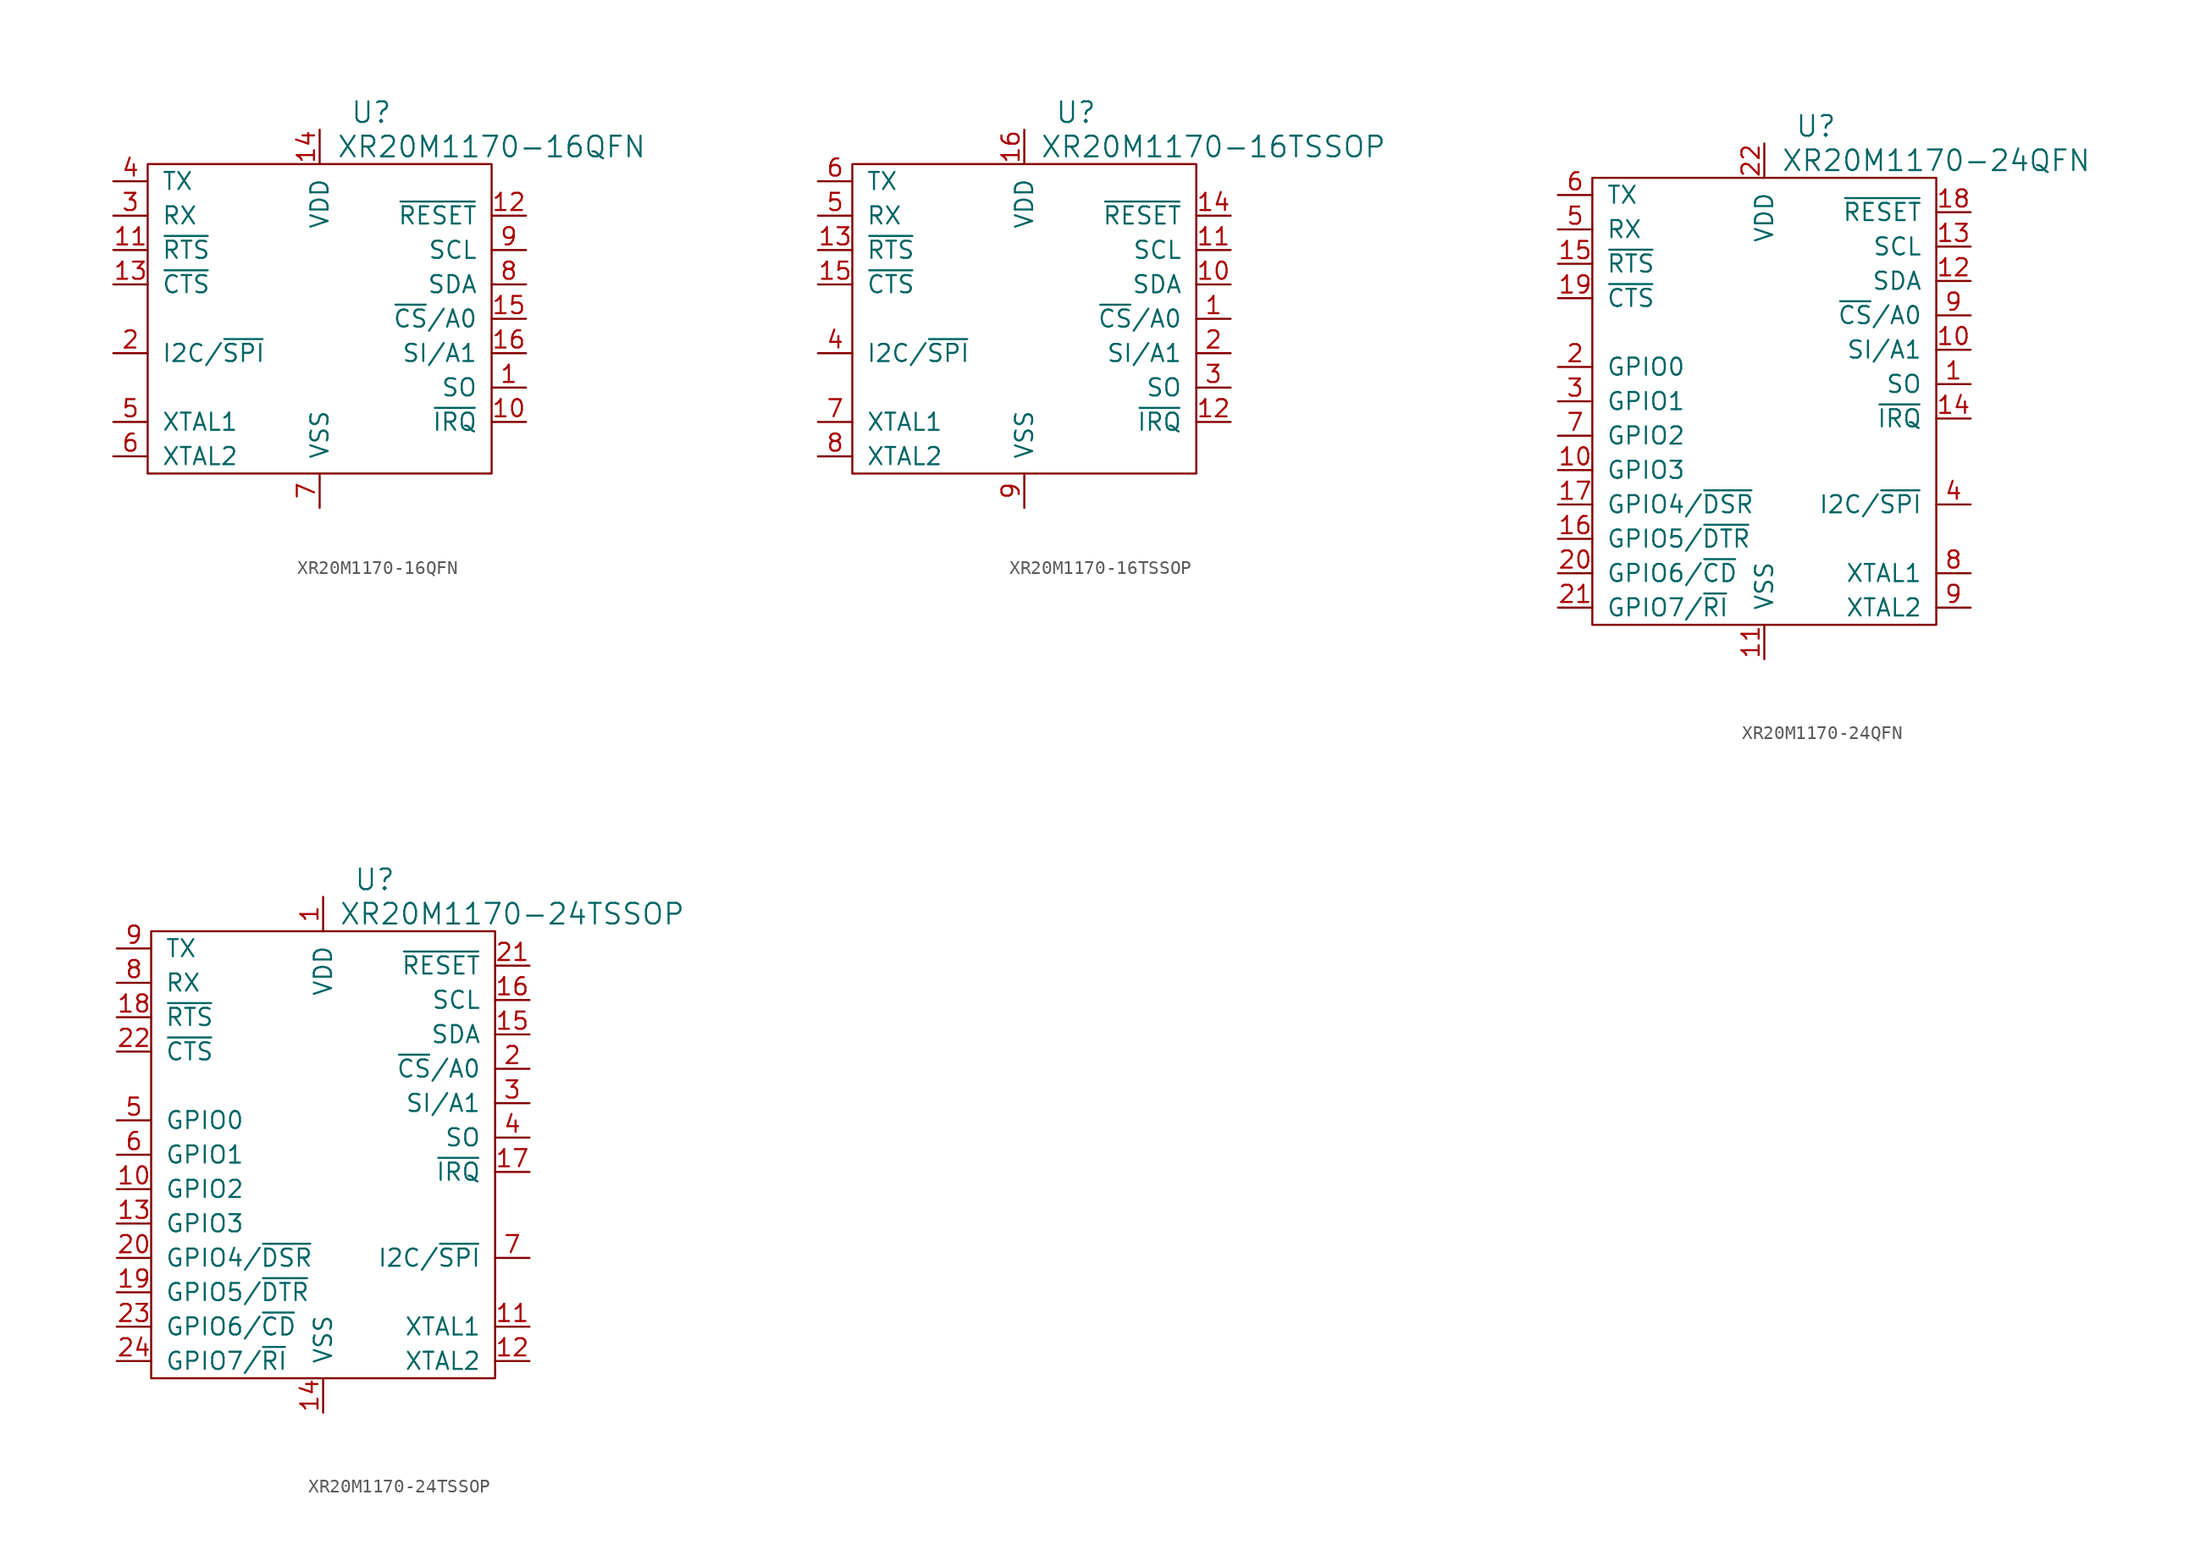
<source format=kicad_sym>
(kicad_symbol_lib
  (version 20220914)
  (generator kicad_symbol_editor)
  (symbol "XR20M1170-16QFN"
    (pin_names
      (offset 1.016))
    (property "Reference" "U"
      (at 3.81 15.24 0)
      (effects (font (size 1.524 1.524))))
    (property "Value" "XR20M1170-16QFN"
      (at 12.7 12.7 0)
      (effects (font (size 1.524 1.524))))
    (property "Footprint" ""
      (at 0 0 0)
      (effects (font (size 1.524 1.524))))
    (property "Datasheet" ""
      (at 0 0 0)
      (effects (font (size 1.524 1.524))))
    (symbol "XR20M1170-16QFN_0_1"
      (rectangle (start -12.7 11.43) (end 12.7 -11.43) (stroke (width 0) (type solid)) (fill (type none))))
    (symbol "XR20M1170-16QFN_1_1"
      (pin passive line (at 15.24 -5.08 180) (length 2.54) (name "SO" (effects (font (size 1.27 1.27)))) (number "1" (effects (font (size 1.27 1.27)))))
      (pin passive line (at 15.24 -7.62 180) (length 2.54) (name "~{IRQ}" (effects (font (size 1.27 1.27)))) (number "10" (effects (font (size 1.27 1.27)))))
      (pin passive line (at -15.24 5.08 0) (length 2.54) (name "~{RTS}" (effects (font (size 1.27 1.27)))) (number "11" (effects (font (size 1.27 1.27)))))
      (pin passive line (at 15.24 7.62 180) (length 2.54) (name "~{RESET}" (effects (font (size 1.27 1.27)))) (number "12" (effects (font (size 1.27 1.27)))))
      (pin passive line (at -15.24 2.54 0) (length 2.54) (name "~{CTS}" (effects (font (size 1.27 1.27)))) (number "13" (effects (font (size 1.27 1.27)))))
      (pin passive line (at 0 13.97 270) (length 2.54) (name "VDD" (effects (font (size 1.27 1.27)))) (number "14" (effects (font (size 1.27 1.27)))))
      (pin passive line (at 15.24 0 180) (length 2.54) (name "~{CS}/A0" (effects (font (size 1.27 1.27)))) (number "15" (effects (font (size 1.27 1.27)))))
      (pin passive line (at 15.24 -2.54 180) (length 2.54) (name "SI/A1" (effects (font (size 1.27 1.27)))) (number "16" (effects (font (size 1.27 1.27)))))
      (pin passive line (at -15.24 -2.54 0) (length 2.54) (name "I2C/~{SPI}" (effects (font (size 1.27 1.27)))) (number "2" (effects (font (size 1.27 1.27)))))
      (pin passive line (at -15.24 7.62 0) (length 2.54) (name "RX" (effects (font (size 1.27 1.27)))) (number "3" (effects (font (size 1.27 1.27)))))
      (pin passive line (at -15.24 10.16 0) (length 2.54) (name "TX" (effects (font (size 1.27 1.27)))) (number "4" (effects (font (size 1.27 1.27)))))
      (pin passive line (at -15.24 -7.62 0) (length 2.54) (name "XTAL1" (effects (font (size 1.27 1.27)))) (number "5" (effects (font (size 1.27 1.27)))))
      (pin passive line (at -15.24 -10.16 0) (length 2.54) (name "XTAL2" (effects (font (size 1.27 1.27)))) (number "6" (effects (font (size 1.27 1.27)))))
      (pin passive line (at 0 -13.97 90) (length 2.54) (name "VSS" (effects (font (size 1.27 1.27)))) (number "7" (effects (font (size 1.27 1.27)))))
      (pin passive line (at 15.24 2.54 180) (length 2.54) (name "SDA" (effects (font (size 1.27 1.27)))) (number "8" (effects (font (size 1.27 1.27)))))
      (pin passive line (at 15.24 5.08 180) (length 2.54) (name "SCL" (effects (font (size 1.27 1.27)))) (number "9" (effects (font (size 1.27 1.27)))))))
  (symbol "XR20M1170-16TSSOP"
    (pin_names
      (offset 1.016))
    (property "Reference" "U"
      (at 3.81 15.24 0)
      (effects (font (size 1.524 1.524))))
    (property "Value" "XR20M1170-16TSSOP"
      (at 13.97 12.7 0)
      (effects (font (size 1.524 1.524))))
    (property "Footprint" ""
      (at 0 0 0)
      (effects (font (size 1.524 1.524))))
    (property "Datasheet" ""
      (at 0 0 0)
      (effects (font (size 1.524 1.524))))
    (symbol "XR20M1170-16TSSOP_0_1"
      (rectangle (start -12.7 11.43) (end 12.7 -11.43) (stroke (width 0) (type solid)) (fill (type none))))
    (symbol "XR20M1170-16TSSOP_1_1"
      (pin passive line (at 15.24 0 180) (length 2.54) (name "~{CS}/A0" (effects (font (size 1.27 1.27)))) (number "1" (effects (font (size 1.27 1.27)))))
      (pin passive line (at 15.24 2.54 180) (length 2.54) (name "SDA" (effects (font (size 1.27 1.27)))) (number "10" (effects (font (size 1.27 1.27)))))
      (pin passive line (at 15.24 5.08 180) (length 2.54) (name "SCL" (effects (font (size 1.27 1.27)))) (number "11" (effects (font (size 1.27 1.27)))))
      (pin passive line (at 15.24 -7.62 180) (length 2.54) (name "~{IRQ}" (effects (font (size 1.27 1.27)))) (number "12" (effects (font (size 1.27 1.27)))))
      (pin passive line (at -15.24 5.08 0) (length 2.54) (name "~{RTS}" (effects (font (size 1.27 1.27)))) (number "13" (effects (font (size 1.27 1.27)))))
      (pin passive line (at 15.24 7.62 180) (length 2.54) (name "~{RESET}" (effects (font (size 1.27 1.27)))) (number "14" (effects (font (size 1.27 1.27)))))
      (pin passive line (at -15.24 2.54 0) (length 2.54) (name "~{CTS}" (effects (font (size 1.27 1.27)))) (number "15" (effects (font (size 1.27 1.27)))))
      (pin passive line (at 0 13.97 270) (length 2.54) (name "VDD" (effects (font (size 1.27 1.27)))) (number "16" (effects (font (size 1.27 1.27)))))
      (pin passive line (at 15.24 -2.54 180) (length 2.54) (name "SI/A1" (effects (font (size 1.27 1.27)))) (number "2" (effects (font (size 1.27 1.27)))))
      (pin passive line (at 15.24 -5.08 180) (length 2.54) (name "SO" (effects (font (size 1.27 1.27)))) (number "3" (effects (font (size 1.27 1.27)))))
      (pin passive line (at -15.24 -2.54 0) (length 2.54) (name "I2C/~{SPI}" (effects (font (size 1.27 1.27)))) (number "4" (effects (font (size 1.27 1.27)))))
      (pin passive line (at -15.24 7.62 0) (length 2.54) (name "RX" (effects (font (size 1.27 1.27)))) (number "5" (effects (font (size 1.27 1.27)))))
      (pin passive line (at -15.24 10.16 0) (length 2.54) (name "TX" (effects (font (size 1.27 1.27)))) (number "6" (effects (font (size 1.27 1.27)))))
      (pin passive line (at -15.24 -7.62 0) (length 2.54) (name "XTAL1" (effects (font (size 1.27 1.27)))) (number "7" (effects (font (size 1.27 1.27)))))
      (pin passive line (at -15.24 -10.16 0) (length 2.54) (name "XTAL2" (effects (font (size 1.27 1.27)))) (number "8" (effects (font (size 1.27 1.27)))))
      (pin passive line (at 0 -13.97 90) (length 2.54) (name "VSS" (effects (font (size 1.27 1.27)))) (number "9" (effects (font (size 1.27 1.27)))))))
  (symbol "XR20M1170-24QFN"
    (pin_names
      (offset 1.016))
    (property "Reference" "U"
      (at 3.81 20.32 0)
      (effects (font (size 1.524 1.524))))
    (property "Value" "XR20M1170-24QFN"
      (at 12.7 17.78 0)
      (effects (font (size 1.524 1.524))))
    (property "Footprint" ""
      (at 0 0 0)
      (effects (font (size 1.524 1.524))))
    (property "Datasheet" ""
      (at 0 0 0)
      (effects (font (size 1.524 1.524))))
    (symbol "XR20M1170-24QFN_0_1"
      (rectangle (start -12.7 16.51) (end 12.7 -16.51) (stroke (width 0) (type solid)) (fill (type none))))
    (symbol "XR20M1170-24QFN_1_1"
      (pin passive line (at 15.24 1.27 180) (length 2.54) (name "SO" (effects (font (size 1.27 1.27)))) (number "1" (effects (font (size 1.27 1.27)))))
      (pin passive line (at -15.24 -5.08 0) (length 2.54) (name "GPIO3" (effects (font (size 1.27 1.27)))) (number "10" (effects (font (size 1.27 1.27)))))
      (pin passive line (at 15.24 3.81 180) (length 2.54) (name "SI/A1" (effects (font (size 1.27 1.27)))) (number "10" (effects (font (size 1.27 1.27)))))
      (pin passive line (at 0 -19.05 90) (length 2.54) (name "VSS" (effects (font (size 1.27 1.27)))) (number "11" (effects (font (size 1.27 1.27)))))
      (pin passive line (at 15.24 8.89 180) (length 2.54) (name "SDA" (effects (font (size 1.27 1.27)))) (number "12" (effects (font (size 1.27 1.27)))))
      (pin passive line (at 15.24 11.43 180) (length 2.54) (name "SCL" (effects (font (size 1.27 1.27)))) (number "13" (effects (font (size 1.27 1.27)))))
      (pin passive line (at 15.24 -1.27 180) (length 2.54) (name "~{IRQ}" (effects (font (size 1.27 1.27)))) (number "14" (effects (font (size 1.27 1.27)))))
      (pin passive line (at -15.24 10.16 0) (length 2.54) (name "~{RTS}" (effects (font (size 1.27 1.27)))) (number "15" (effects (font (size 1.27 1.27)))))
      (pin passive line (at -15.24 -10.16 0) (length 2.54) (name "GPIO5/~{DTR}" (effects (font (size 1.27 1.27)))) (number "16" (effects (font (size 1.27 1.27)))))
      (pin passive line (at -15.24 -7.62 0) (length 2.54) (name "GPIO4/~{DSR}" (effects (font (size 1.27 1.27)))) (number "17" (effects (font (size 1.27 1.27)))))
      (pin passive line (at 15.24 13.97 180) (length 2.54) (name "~{RESET}" (effects (font (size 1.27 1.27)))) (number "18" (effects (font (size 1.27 1.27)))))
      (pin passive line (at -15.24 7.62 0) (length 2.54) (name "~{CTS}" (effects (font (size 1.27 1.27)))) (number "19" (effects (font (size 1.27 1.27)))))
      (pin passive line (at -15.24 2.54 0) (length 2.54) (name "GPIO0" (effects (font (size 1.27 1.27)))) (number "2" (effects (font (size 1.27 1.27)))))
      (pin passive line (at -15.24 -12.7 0) (length 2.54) (name "GPIO6/~{CD}" (effects (font (size 1.27 1.27)))) (number "20" (effects (font (size 1.27 1.27)))))
      (pin passive line (at -15.24 -15.24 0) (length 2.54) (name "GPIO7/~{RI}" (effects (font (size 1.27 1.27)))) (number "21" (effects (font (size 1.27 1.27)))))
      (pin passive line (at 0 19.05 270) (length 2.54) (name "VDD" (effects (font (size 1.27 1.27)))) (number "22" (effects (font (size 1.27 1.27)))))
      (pin passive line (at -15.24 0 0) (length 2.54) (name "GPIO1" (effects (font (size 1.27 1.27)))) (number "3" (effects (font (size 1.27 1.27)))))
      (pin passive line (at 15.24 -7.62 180) (length 2.54) (name "I2C/~{SPI}" (effects (font (size 1.27 1.27)))) (number "4" (effects (font (size 1.27 1.27)))))
      (pin passive line (at -15.24 12.7 0) (length 2.54) (name "RX" (effects (font (size 1.27 1.27)))) (number "5" (effects (font (size 1.27 1.27)))))
      (pin passive line (at -15.24 15.24 0) (length 2.54) (name "TX" (effects (font (size 1.27 1.27)))) (number "6" (effects (font (size 1.27 1.27)))))
      (pin passive line (at -15.24 -2.54 0) (length 2.54) (name "GPIO2" (effects (font (size 1.27 1.27)))) (number "7" (effects (font (size 1.27 1.27)))))
      (pin passive line (at 15.24 -12.7 180) (length 2.54) (name "XTAL1" (effects (font (size 1.27 1.27)))) (number "8" (effects (font (size 1.27 1.27)))))
      (pin passive line (at 15.24 -15.24 180) (length 2.54) (name "XTAL2" (effects (font (size 1.27 1.27)))) (number "9" (effects (font (size 1.27 1.27)))))
      (pin passive line (at 15.24 6.35 180) (length 2.54) (name "~{CS}/A0" (effects (font (size 1.27 1.27)))) (number "9" (effects (font (size 1.27 1.27)))))))
  (symbol "XR20M1170-24TSSOP"
    (pin_names
      (offset 1.016))
    (property "Reference" "U"
      (at 3.81 20.32 0)
      (effects (font (size 1.524 1.524))))
    (property "Value" "XR20M1170-24TSSOP"
      (at 13.97 17.78 0)
      (effects (font (size 1.524 1.524))))
    (property "Footprint" ""
      (at 0 0 0)
      (effects (font (size 1.524 1.524))))
    (property "Datasheet" ""
      (at 0 0 0)
      (effects (font (size 1.524 1.524))))
    (symbol "XR20M1170-24TSSOP_0_1"
      (rectangle (start -12.7 16.51) (end 12.7 -16.51) (stroke (width 0) (type solid)) (fill (type none))))
    (symbol "XR20M1170-24TSSOP_1_1"
      (pin passive line (at 0 19.05 270) (length 2.54) (name "VDD" (effects (font (size 1.27 1.27)))) (number "1" (effects (font (size 1.27 1.27)))))
      (pin passive line (at -15.24 -2.54 0) (length 2.54) (name "GPIO2" (effects (font (size 1.27 1.27)))) (number "10" (effects (font (size 1.27 1.27)))))
      (pin passive line (at 15.24 -12.7 180) (length 2.54) (name "XTAL1" (effects (font (size 1.27 1.27)))) (number "11" (effects (font (size 1.27 1.27)))))
      (pin passive line (at 15.24 -15.24 180) (length 2.54) (name "XTAL2" (effects (font (size 1.27 1.27)))) (number "12" (effects (font (size 1.27 1.27)))))
      (pin passive line (at -15.24 -5.08 0) (length 2.54) (name "GPIO3" (effects (font (size 1.27 1.27)))) (number "13" (effects (font (size 1.27 1.27)))))
      (pin passive line (at 0 -19.05 90) (length 2.54) (name "VSS" (effects (font (size 1.27 1.27)))) (number "14" (effects (font (size 1.27 1.27)))))
      (pin passive line (at 15.24 8.89 180) (length 2.54) (name "SDA" (effects (font (size 1.27 1.27)))) (number "15" (effects (font (size 1.27 1.27)))))
      (pin passive line (at 15.24 11.43 180) (length 2.54) (name "SCL" (effects (font (size 1.27 1.27)))) (number "16" (effects (font (size 1.27 1.27)))))
      (pin passive line (at 15.24 -1.27 180) (length 2.54) (name "~{IRQ}" (effects (font (size 1.27 1.27)))) (number "17" (effects (font (size 1.27 1.27)))))
      (pin passive line (at -15.24 10.16 0) (length 2.54) (name "~{RTS}" (effects (font (size 1.27 1.27)))) (number "18" (effects (font (size 1.27 1.27)))))
      (pin passive line (at -15.24 -10.16 0) (length 2.54) (name "GPIO5/~{DTR}" (effects (font (size 1.27 1.27)))) (number "19" (effects (font (size 1.27 1.27)))))
      (pin passive line (at 15.24 6.35 180) (length 2.54) (name "~{CS}/A0" (effects (font (size 1.27 1.27)))) (number "2" (effects (font (size 1.27 1.27)))))
      (pin passive line (at -15.24 -7.62 0) (length 2.54) (name "GPIO4/~{DSR}" (effects (font (size 1.27 1.27)))) (number "20" (effects (font (size 1.27 1.27)))))
      (pin passive line (at 15.24 13.97 180) (length 2.54) (name "~{RESET}" (effects (font (size 1.27 1.27)))) (number "21" (effects (font (size 1.27 1.27)))))
      (pin passive line (at -15.24 7.62 0) (length 2.54) (name "~{CTS}" (effects (font (size 1.27 1.27)))) (number "22" (effects (font (size 1.27 1.27)))))
      (pin passive line (at -15.24 -12.7 0) (length 2.54) (name "GPIO6/~{CD}" (effects (font (size 1.27 1.27)))) (number "23" (effects (font (size 1.27 1.27)))))
      (pin passive line (at -15.24 -15.24 0) (length 2.54) (name "GPIO7/~{RI}" (effects (font (size 1.27 1.27)))) (number "24" (effects (font (size 1.27 1.27)))))
      (pin passive line (at 15.24 3.81 180) (length 2.54) (name "SI/A1" (effects (font (size 1.27 1.27)))) (number "3" (effects (font (size 1.27 1.27)))))
      (pin passive line (at 15.24 1.27 180) (length 2.54) (name "SO" (effects (font (size 1.27 1.27)))) (number "4" (effects (font (size 1.27 1.27)))))
      (pin passive line (at -15.24 2.54 0) (length 2.54) (name "GPIO0" (effects (font (size 1.27 1.27)))) (number "5" (effects (font (size 1.27 1.27)))))
      (pin passive line (at -15.24 0 0) (length 2.54) (name "GPIO1" (effects (font (size 1.27 1.27)))) (number "6" (effects (font (size 1.27 1.27)))))
      (pin passive line (at 15.24 -7.62 180) (length 2.54) (name "I2C/~{SPI}" (effects (font (size 1.27 1.27)))) (number "7" (effects (font (size 1.27 1.27)))))
      (pin passive line (at -15.24 12.7 0) (length 2.54) (name "RX" (effects (font (size 1.27 1.27)))) (number "8" (effects (font (size 1.27 1.27)))))
      (pin passive line (at -15.24 15.24 0) (length 2.54) (name "TX" (effects (font (size 1.27 1.27)))) (number "9" (effects (font (size 1.27 1.27))))))))
</source>
